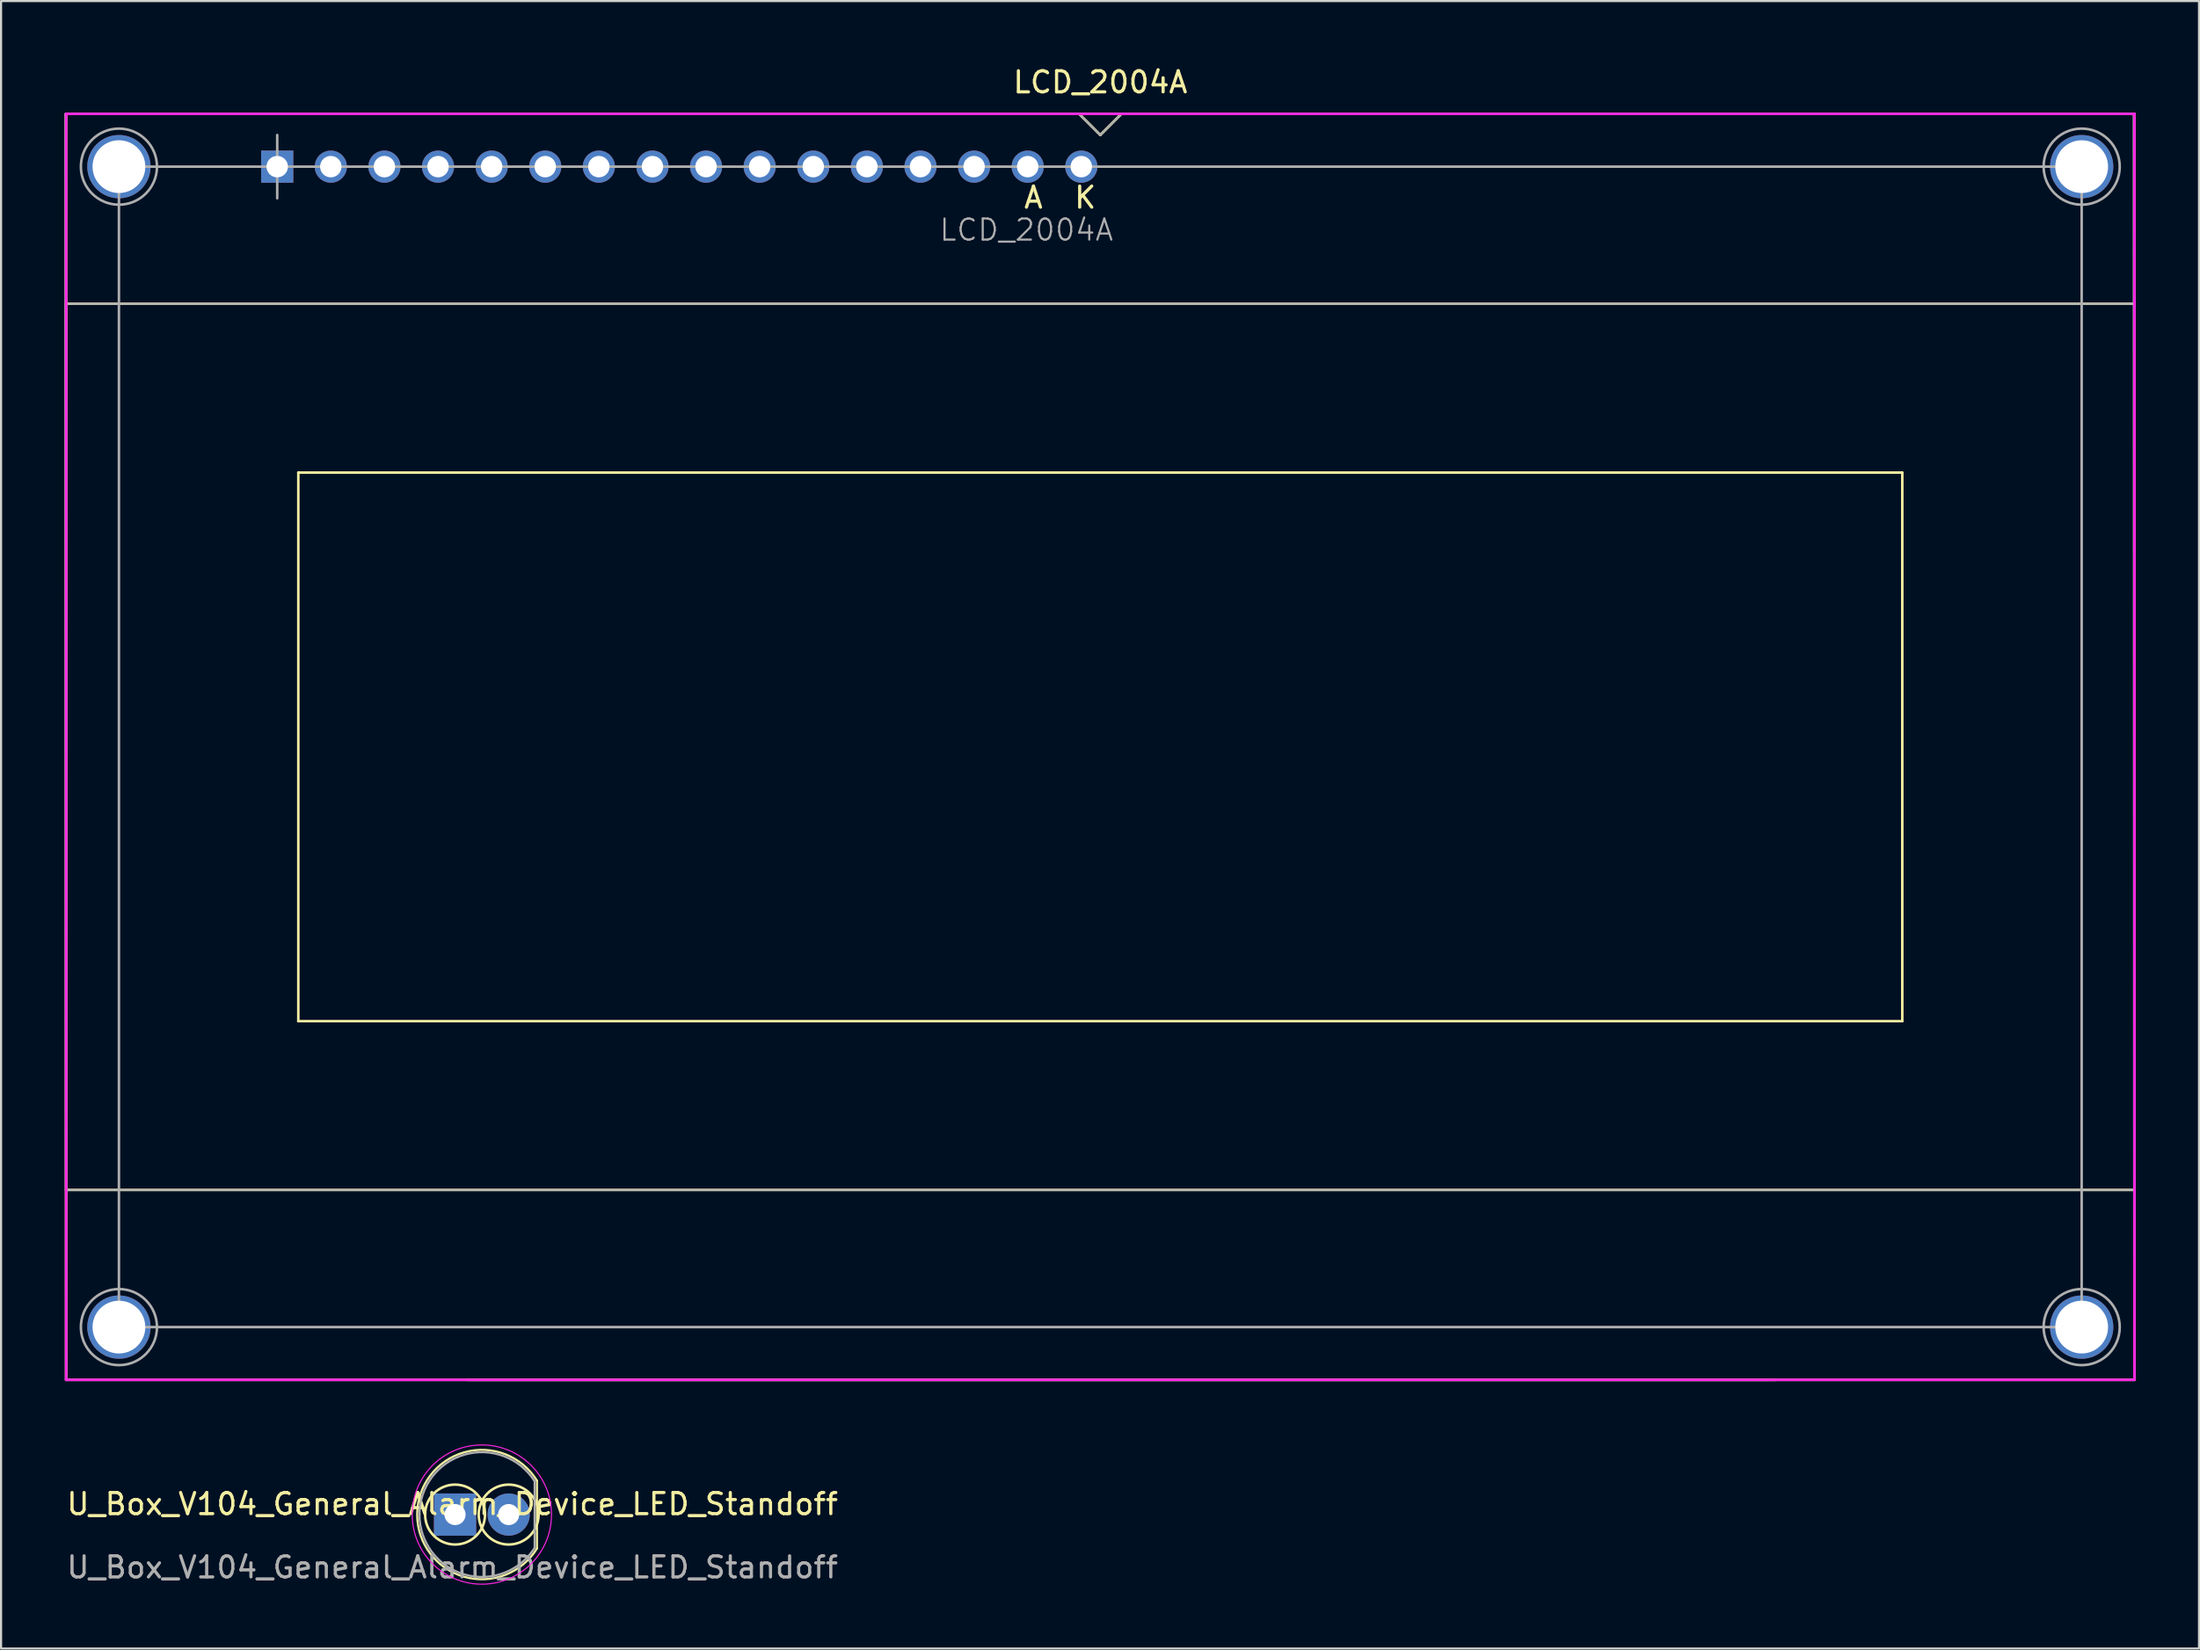
<source format=kicad_pcb>
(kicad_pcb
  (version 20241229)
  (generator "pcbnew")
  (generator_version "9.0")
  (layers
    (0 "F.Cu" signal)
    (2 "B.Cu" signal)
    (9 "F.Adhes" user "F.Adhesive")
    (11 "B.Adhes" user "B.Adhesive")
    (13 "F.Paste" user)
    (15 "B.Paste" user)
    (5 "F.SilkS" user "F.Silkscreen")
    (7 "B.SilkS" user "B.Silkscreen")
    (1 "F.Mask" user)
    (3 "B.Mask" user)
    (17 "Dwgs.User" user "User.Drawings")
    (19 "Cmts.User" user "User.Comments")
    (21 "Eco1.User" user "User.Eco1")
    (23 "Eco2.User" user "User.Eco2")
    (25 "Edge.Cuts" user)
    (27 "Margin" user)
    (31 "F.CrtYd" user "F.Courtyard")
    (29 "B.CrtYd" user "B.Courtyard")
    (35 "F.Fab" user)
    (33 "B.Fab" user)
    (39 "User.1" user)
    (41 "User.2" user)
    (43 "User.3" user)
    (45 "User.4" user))
  (footprint "U_Box_V104_General_Alarm_Device_LED_Standoff"
    (layer "F.Cu")
    (at 18.512 68.733)
    (property "Reference" "U_Box_V104_General_Alarm_Device_LED_Standoff" (at -0.125 -0.5 0) (unlocked yes) (layer "F.SilkS") (effects (font (size 1 1) (thickness 0.15))))
    (attr smd)
    (fp_line (start 3.88 1.6) (end 3.88 -1.61) (stroke (width 0.1) (type solid)) (layer "F.SilkS"))
    (fp_arc (start 3.881718 1.607211) (mid -1.796626 0.001638) (end 3.88 -1.61) (stroke (width 0.1) (type solid)) (layer "F.SilkS"))
    (fp_circle (center 0 0) (end 0.635 1.27) (stroke (width 0.12) (type solid)) (fill no) (layer "F.SilkS"))
    (fp_circle (center 2.54 0) (end 3.175 1.27) (stroke (width 0.12) (type solid)) (fill no) (layer "F.SilkS"))
    (fp_circle (center 1.27 0) (end -2.03 0) (stroke (width 0.05) (type solid)) (fill no) (layer "F.CrtYd"))
    (fp_line (start -1.68 -0.01) (end -1.68 -0.01) (stroke (width 0.1) (type solid)) (layer "F.Fab"))
    (fp_line (start 3.77 -1.58) (end 3.77 1.58) (stroke (width 0.1) (type solid)) (layer "F.Fab"))
    (fp_arc (start 3.77 1.58) (mid -1.687431 0) (end 3.77 -1.58) (stroke (width 0.1) (type solid)) (layer "F.Fab"))
    (fp_text user "${REFERENCE}" (at -0.125 2.5 0) (unlocked yes) (layer "F.Fab") (effects (font (size 1 1) (thickness 0.15))))
    (pad "1" thru_hole rect (at 0 0) (size 2 2) (drill 1) (layers "*.Cu" "*.Mask"))
    (pad "2" thru_hole circle (at 2.54 0) (size 2 2) (drill 1) (layers "*.Cu" "*.Mask")))
  (footprint "LCD_2004A"
    (layer "F.Cu")
    (at 49.085 32.348)
    (property "Reference" "LCD_2004A" (at 0 -31.5 180) (layer "F.SilkS") (effects (font (size 1 1) (thickness 0.15))))
    (attr through_hole)
    (fp_line (start -49 -30) (end -49 30) (stroke (width 0.12) (type solid)) (layer "F.SilkS"))
    (fp_line (start -49 -21) (end -49 21) (stroke (width 0.12) (type solid)) (layer "F.SilkS"))
    (fp_line (start -49 21) (end 49 21) (stroke (width 0.12) (type solid)) (layer "F.SilkS"))
    (fp_line (start -49 30) (end 49 30) (stroke (width 0.12) (type solid)) (layer "F.SilkS"))
    (fp_line (start -38 -13) (end -38 13) (stroke (width 0.12) (type solid)) (layer "F.SilkS"))
    (fp_line (start -38 13) (end 38 13) (stroke (width 0.12) (type solid)) (layer "F.SilkS"))
    (fp_line (start -1 -30) (end 0 -29) (stroke (width 0.12) (type solid)) (layer "F.SilkS"))
    (fp_line (start 0 -29) (end 1 -30) (stroke (width 0.12) (type solid)) (layer "F.SilkS"))
    (fp_line (start 32 30) (end -30 30) (stroke (width 0.12) (type solid)) (layer "F.SilkS"))
    (fp_line (start 38 -13) (end -38 -13) (stroke (width 0.12) (type solid)) (layer "F.SilkS"))
    (fp_line (start 38 13) (end 38 -13) (stroke (width 0.12) (type solid)) (layer "F.SilkS"))
    (fp_line (start 49 -30) (end -49 -30) (stroke (width 0.12) (type solid)) (layer "F.SilkS"))
    (fp_line (start 49 -21) (end -49 -21) (stroke (width 0.12) (type solid)) (layer "F.SilkS"))
    (fp_line (start 49 21) (end 49 -21) (stroke (width 0.12) (type solid)) (layer "F.SilkS"))
    (fp_line (start 49 30) (end 49 -30) (stroke (width 0.12) (type solid)) (layer "F.SilkS"))
    (fp_line (start -49 -30) (end -49 30) (stroke (width 0.12) (type solid)) (layer "F.CrtYd"))
    (fp_line (start -49 30) (end 49 30) (stroke (width 0.12) (type solid)) (layer "F.CrtYd"))
    (fp_line (start 49 -30) (end -49 -30) (stroke (width 0.12) (type solid)) (layer "F.CrtYd"))
    (fp_line (start 49 30) (end 49 -30) (stroke (width 0.12) (type solid)) (layer "F.CrtYd"))
    (fp_line (start -49.025 -29.997) (end -49 30) (stroke (width 0.12) (type solid)) (layer "F.Fab"))
    (fp_line (start -49.025 -29.997) (end 48.975 -29.997) (stroke (width 0.1) (type solid)) (layer "F.Fab"))
    (fp_line (start -49 30) (end 49 30) (stroke (width 0.1) (type solid)) (layer "F.Fab"))
    (fp_line (start -46.5 -27.5) (end -46.5 27.5) (stroke (width 0.12) (type solid)) (layer "F.Fab"))
    (fp_line (start -46.5 27.5) (end 46.5 27.5) (stroke (width 0.12) (type solid)) (layer "F.Fab"))
    (fp_line (start -39 -29) (end -39 -26) (stroke (width 0.12) (type solid)) (layer "F.Fab"))
    (fp_line (start 0 -29) (end -1 -30) (stroke (width 0.1) (type solid)) (layer "F.Fab"))
    (fp_line (start 1 -30) (end 0 -29) (stroke (width 0.1) (type solid)) (layer "F.Fab"))
    (fp_line (start 46.5 -27.5) (end -46.5 -27.5) (stroke (width 0.12) (type solid)) (layer "F.Fab"))
    (fp_line (start 46.5 27.5) (end 46.5 -27.5) (stroke (width 0.12) (type solid)) (layer "F.Fab"))
    (fp_line (start 48.975 -29.997) (end 49 30) (stroke (width 0.12) (type solid)) (layer "F.Fab"))
    (fp_circle (center -46.5 -27.5) (end -45 -26.5) (stroke (width 0.12) (type solid)) (fill no) (layer "F.Fab"))
    (fp_circle (center -46.5 27.5) (end -45 28.5) (stroke (width 0.12) (type solid)) (fill no) (layer "F.Fab"))
    (fp_circle (center 46.5 -27.5) (end 47.5 -26) (stroke (width 0.12) (type solid)) (fill no) (layer "F.Fab"))
    (fp_circle (center 46.5 27.5) (end 47.5 29) (stroke (width 0.12) (type solid)) (fill no) (layer "F.Fab"))
    (fp_poly (pts (xy 49 21) (xy -49 21) (xy -49 -21) (xy 49 -21)) (stroke (width 0.1) (type solid)) (fill no) (layer "F.Fab"))
    (fp_text user "A  K" (at -1.905 -26.035 0) (layer "F.SilkS") (effects (font (size 1 1) (thickness 0.15))))
    (fp_text user "${REFERENCE}" (at -3.5 -24.5 180) (layer "F.Fab") (effects (font (size 1 1) (thickness 0.1))))
    (pad "" np_thru_hole circle (at -46.5 -27.5) (size 3 3) (drill 2.5) (layers "*.Cu" "*.Mask"))
    (pad "" np_thru_hole circle (at -46.5 27.5) (size 3 3) (drill 2.5) (layers "*.Cu" "*.Mask"))
    (pad "" np_thru_hole circle (at 46.5 -27.5) (size 3 3) (drill 2.5) (layers "*.Cu" "*.Mask"))
    (pad "" np_thru_hole circle (at 46.5 27.5) (size 3 3) (drill 2.5) (layers "*.Cu" "*.Mask"))
    (pad "1" thru_hole rect (at -39 -27.5 180) (size 1.524 1.524) (drill 1.016) (layers "*.Cu" "*.Mask"))
    (pad "2" thru_hole circle (at -36.46 -27.5 180) (size 1.524 1.524) (drill 1.016) (layers "*.Cu" "*.Mask"))
    (pad "3" thru_hole circle (at -33.92 -27.5 180) (size 1.524 1.524) (drill 1.016) (layers "*.Cu" "*.Mask"))
    (pad "4" thru_hole circle (at -31.38 -27.5 180) (size 1.524 1.524) (drill 1.016) (layers "*.Cu" "*.Mask"))
    (pad "5" thru_hole circle (at -28.84 -27.5 180) (size 1.524 1.524) (drill 1.016) (layers "*.Cu" "*.Mask"))
    (pad "6" thru_hole circle (at -26.3 -27.5 180) (size 1.524 1.524) (drill 1.016) (layers "*.Cu" "*.Mask"))
    (pad "7" thru_hole circle (at -23.76 -27.5 180) (size 1.524 1.524) (drill 1.016) (layers "*.Cu" "*.Mask"))
    (pad "8" thru_hole circle (at -21.22 -27.5 180) (size 1.524 1.524) (drill 1.016) (layers "*.Cu" "*.Mask"))
    (pad "9" thru_hole circle (at -18.68 -27.5 180) (size 1.524 1.524) (drill 1.016) (layers "*.Cu" "*.Mask"))
    (pad "10" thru_hole circle (at -16.14 -27.5 180) (size 1.524 1.524) (drill 1.016) (layers "*.Cu" "*.Mask"))
    (pad "11" thru_hole circle (at -13.6 -27.5 180) (size 1.524 1.524) (drill 1.016) (layers "*.Cu" "*.Mask"))
    (pad "12" thru_hole circle (at -11.06 -27.5 180) (size 1.524 1.524) (drill 1.016) (layers "*.Cu" "*.Mask"))
    (pad "13" thru_hole circle (at -8.52 -27.5 180) (size 1.524 1.524) (drill 1.016) (layers "*.Cu" "*.Mask"))
    (pad "14" thru_hole circle (at -5.98 -27.5 180) (size 1.524 1.524) (drill 1.016) (layers "*.Cu" "*.Mask"))
    (pad "15" thru_hole circle (at -3.44 -27.5 180) (size 1.524 1.524) (drill 1.016) (layers "*.Cu" "*.Mask"))
    (pad "16" thru_hole circle (at -0.9 -27.5 180) (size 1.524 1.524) (drill 1.016) (layers "*.Cu" "*.Mask")))
  (gr_rect
    (start -3 -3)
    (end 101.145 75.082)
    (stroke (width 0.1) (type default))
    (fill no)
    (layer "Edge.Cuts")))
</source>
